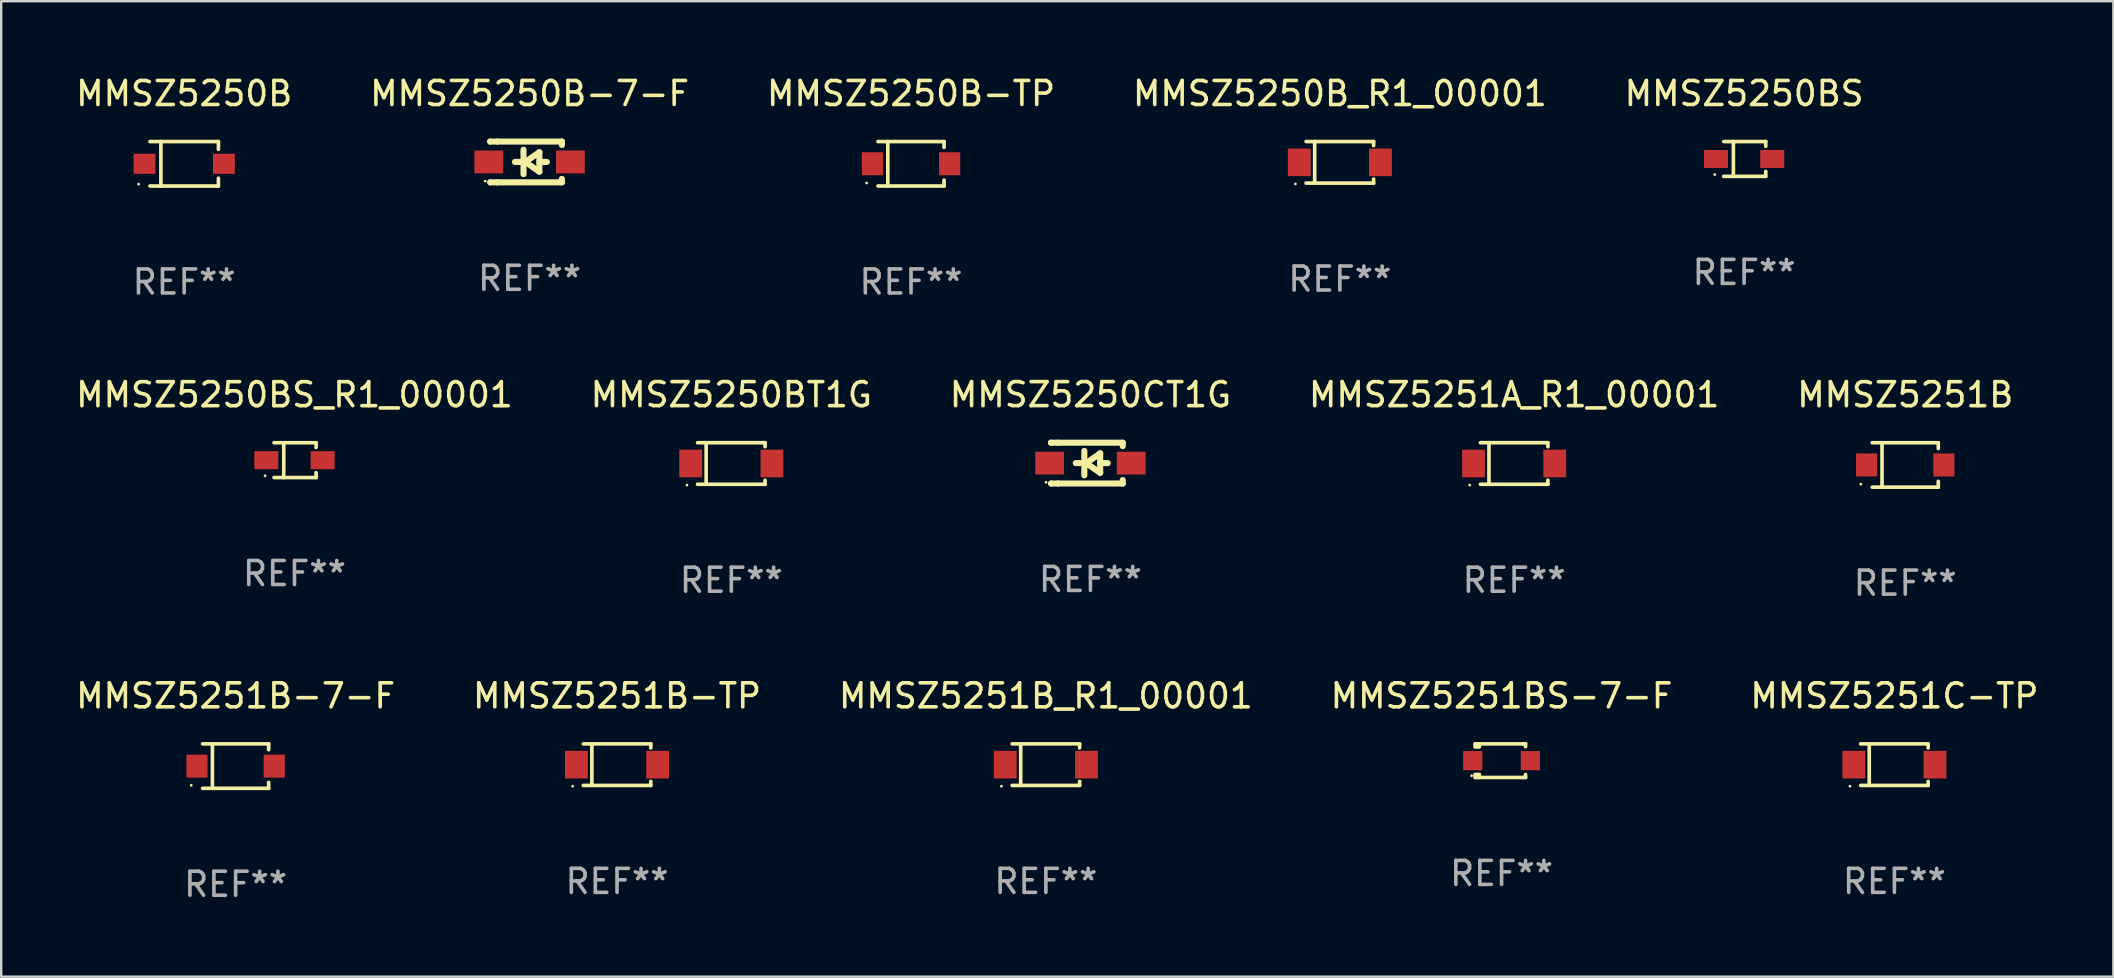
<source format=kicad_pcb>
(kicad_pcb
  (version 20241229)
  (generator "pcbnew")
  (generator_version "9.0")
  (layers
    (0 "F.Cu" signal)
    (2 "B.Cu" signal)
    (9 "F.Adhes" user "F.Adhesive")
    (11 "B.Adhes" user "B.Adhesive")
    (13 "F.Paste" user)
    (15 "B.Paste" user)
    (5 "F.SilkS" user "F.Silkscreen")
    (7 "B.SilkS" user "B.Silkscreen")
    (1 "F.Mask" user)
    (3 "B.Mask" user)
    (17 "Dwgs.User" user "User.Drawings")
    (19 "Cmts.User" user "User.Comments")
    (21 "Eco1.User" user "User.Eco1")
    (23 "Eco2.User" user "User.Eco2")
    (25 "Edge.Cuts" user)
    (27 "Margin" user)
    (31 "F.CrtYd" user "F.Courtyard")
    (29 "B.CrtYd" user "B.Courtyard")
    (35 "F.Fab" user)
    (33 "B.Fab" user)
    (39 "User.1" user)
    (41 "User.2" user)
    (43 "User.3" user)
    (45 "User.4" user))
  (footprint "MMSZ5251B-TP"
    (layer "F.Cu")
    (at 22.661 28.812)
    (property "Reference" "MMSZ5251B-TP" (at 0 -2.866 0) (layer "F.SilkS") (effects (font (size 1 1) (thickness 0.15))))
    (attr through_hole)
    (fp_line (start -1.406 -0.866) (end 1.406 -0.866) (stroke (width 0.152) (type solid)) (layer "F.SilkS"))
    (fp_line (start -1.406 0.866) (end 1.406 0.866) (stroke (width 0.152) (type solid)) (layer "F.SilkS"))
    (fp_line (start -1.049 -0.866) (end -1.049 0.866) (stroke (width 0.152) (type solid)) (layer "F.SilkS"))
    (fp_line (start 1.406 -0.866) (end 1.406 -0.698) (stroke (width 0.152) (type solid)) (layer "F.SilkS"))
    (fp_line (start 1.406 0.866) (end 1.406 0.698) (stroke (width 0.152) (type solid)) (layer "F.SilkS"))
    (fp_circle (center -1.851 0.9) (end -1.821 0.9) (stroke (width 0.06) (type solid)) (fill no) (layer "F.SilkS"))
    (fp_text user "REF**" (at 0 4.866 0) (layer "F.Fab") (effects (font (size 1 1) (thickness 0.15))))
    (pad "1" smd rect (at -1.692 0) (size 0.95 1.15) (layers "F.Cu" "F.Mask" "F.Paste"))
    (pad "2" smd rect (at 1.692 0) (size 0.95 1.15) (layers "F.Cu" "F.Mask" "F.Paste")))
  (footprint "MMSZ5250BS_R1_00001"
    (layer "F.Cu")
    (at 9.22 16.124)
    (property "Reference" "MMSZ5250BS_R1_00001" (at 0 -2.726 0) (layer "F.SilkS") (effects (font (size 1 1) (thickness 0.15))))
    (attr through_hole)
    (fp_line (start -0.851 -0.726) (end 0.901 -0.726) (stroke (width 0.152) (type solid)) (layer "F.SilkS"))
    (fp_line (start -0.851 0.726) (end 0.901 0.726) (stroke (width 0.152) (type solid)) (layer "F.SilkS"))
    (fp_line (start -0.447 -0.726) (end -0.447 0.726) (stroke (width 0.152) (type solid)) (layer "F.SilkS"))
    (fp_line (start 0.901 -0.726) (end 0.901 -0.53) (stroke (width 0.152) (type solid)) (layer "F.SilkS"))
    (fp_line (start 0.901 0.726) (end 0.901 0.52) (stroke (width 0.152) (type solid)) (layer "F.SilkS"))
    (fp_circle (center -1.225 0.65) (end -1.195 0.65) (stroke (width 0.06) (type solid)) (fill no) (layer "F.SilkS"))
    (fp_text user "REF**" (at 0 4.726 0) (layer "F.Fab") (effects (font (size 1 1) (thickness 0.15))))
    (pad "1" smd rect (at -1.173 0) (size 1 0.75) (layers "F.Cu" "F.Mask" "F.Paste"))
    (pad "2" smd rect (at 1.173 0) (size 1 0.75) (layers "F.Cu" "F.Mask" "F.Paste")))
  (footprint "MMSZ5250BS"
    (layer "F.Cu")
    (at 69.625 3.574)
    (property "Reference" "MMSZ5250BS" (at 0 -2.726 0) (layer "F.SilkS") (effects (font (size 1 1) (thickness 0.15))))
    (attr through_hole)
    (fp_line (start -0.851 -0.726) (end 0.901 -0.726) (stroke (width 0.152) (type solid)) (layer "F.SilkS"))
    (fp_line (start -0.851 0.726) (end 0.901 0.726) (stroke (width 0.152) (type solid)) (layer "F.SilkS"))
    (fp_line (start -0.447 -0.726) (end -0.447 0.726) (stroke (width 0.152) (type solid)) (layer "F.SilkS"))
    (fp_line (start 0.901 -0.726) (end 0.901 -0.53) (stroke (width 0.152) (type solid)) (layer "F.SilkS"))
    (fp_line (start 0.901 0.726) (end 0.901 0.52) (stroke (width 0.152) (type solid)) (layer "F.SilkS"))
    (fp_circle (center -1.225 0.65) (end -1.195 0.65) (stroke (width 0.06) (type solid)) (fill no) (layer "F.SilkS"))
    (fp_text user "REF**" (at 0 4.726 0) (layer "F.Fab") (effects (font (size 1 1) (thickness 0.15))))
    (pad "1" smd rect (at -1.173 0) (size 1 0.75) (layers "F.Cu" "F.Mask" "F.Paste"))
    (pad "2" smd rect (at 1.173 0) (size 1 0.75) (layers "F.Cu" "F.Mask" "F.Paste")))
  (footprint "MMSZ5250CT1G"
    (layer "F.Cu")
    (at 42.387 16.247)
    (property "Reference" "MMSZ5250CT1G" (at 0 -2.85 0) (layer "F.SilkS") (effects (font (size 1 1) (thickness 0.15))))
    (attr through_hole)
    (fp_line (start -1.643 -0.85) (end -1.644 -0.849) (stroke (width 0.254) (type solid)) (layer "F.SilkS"))
    (fp_line (start -1.638 0.85) (end -1.639 0.849) (stroke (width 0.254) (type solid)) (layer "F.SilkS"))
    (fp_line (start -1.346 -0.85) (end -1.643 -0.85) (stroke (width 0.254) (type solid)) (layer "F.SilkS"))
    (fp_line (start -1.346 -0.85) (end 1.346 -0.85) (stroke (width 0.254) (type solid)) (layer "F.SilkS"))
    (fp_line (start -1.346 0.85) (end -1.638 0.85) (stroke (width 0.254) (type solid)) (layer "F.SilkS"))
    (fp_line (start -0.28 0) (end -0.61 0) (stroke (width 0.254) (type solid)) (layer "F.SilkS"))
    (fp_line (start -0.254 -0.508) (end -0.254 0.508) (stroke (width 0.254) (type solid)) (layer "F.SilkS"))
    (fp_line (start -0.178 0) (end 0.406 -0.406) (stroke (width 0.254) (type solid)) (layer "F.SilkS"))
    (fp_line (start 0.406 -0.406) (end 0.406 0.406) (stroke (width 0.254) (type solid)) (layer "F.SilkS"))
    (fp_line (start 0.406 -0.000254) (end 0.72 -0.000254) (stroke (width 0.254) (type solid)) (layer "F.SilkS"))
    (fp_line (start 0.406 0.406) (end -0.178 0) (stroke (width 0.254) (type solid)) (layer "F.SilkS"))
    (fp_line (start 1.346 -0.85) (end 1.346 -0.706) (stroke (width 0.254) (type solid)) (layer "F.SilkS"))
    (fp_line (start 1.346 0.706) (end 1.346 0.85) (stroke (width 0.254) (type solid)) (layer "F.SilkS"))
    (fp_line (start 1.346 0.85) (end -1.346 0.85) (stroke (width 0.254) (type solid)) (layer "F.SilkS"))
    (fp_circle (center -1.85 0.8) (end -1.82 0.8) (stroke (width 0.06) (type solid)) (fill no) (layer "F.SilkS"))
    (fp_text user "REF**" (at 0 4.85 0) (layer "F.Fab") (effects (font (size 1 1) (thickness 0.15))))
    (pad "1" smd rect (at -1.7 0) (size 1.2 0.95) (layers "F.Cu" "F.Mask" "F.Paste"))
    (pad "2" smd rect (at 1.7 0) (size 1.2 0.95) (layers "F.Cu" "F.Mask" "F.Paste")))
  (footprint "MMSZ5250BT1G"
    (layer "F.Cu")
    (at 27.423 16.263)
    (property "Reference" "MMSZ5250BT1G" (at 0 -2.866 0) (layer "F.SilkS") (effects (font (size 1 1) (thickness 0.15))))
    (attr through_hole)
    (fp_line (start -1.406 -0.866) (end 1.406 -0.866) (stroke (width 0.152) (type solid)) (layer "F.SilkS"))
    (fp_line (start -1.406 0.866) (end 1.406 0.866) (stroke (width 0.152) (type solid)) (layer "F.SilkS"))
    (fp_line (start -1.049 -0.866) (end -1.049 0.866) (stroke (width 0.152) (type solid)) (layer "F.SilkS"))
    (fp_line (start 1.406 -0.866) (end 1.406 -0.698) (stroke (width 0.152) (type solid)) (layer "F.SilkS"))
    (fp_line (start 1.406 0.866) (end 1.406 0.698) (stroke (width 0.152) (type solid)) (layer "F.SilkS"))
    (fp_circle (center -1.851 0.9) (end -1.821 0.9) (stroke (width 0.06) (type solid)) (fill no) (layer "F.SilkS"))
    (fp_text user "REF**" (at 0 4.866 0) (layer "F.Fab") (effects (font (size 1 1) (thickness 0.15))))
    (pad "1" smd rect (at -1.692 0) (size 0.95 1.15) (layers "F.Cu" "F.Mask" "F.Paste"))
    (pad "2" smd rect (at 1.692 0) (size 0.95 1.15) (layers "F.Cu" "F.Mask" "F.Paste")))
  (footprint "MMSZ5250B-7-F"
    (layer "F.Cu")
    (at 19.018 3.698)
    (property "Reference" "MMSZ5250B-7-F" (at 0 -2.85 0) (layer "F.SilkS") (effects (font (size 1 1) (thickness 0.15))))
    (attr through_hole)
    (fp_line (start -1.643 -0.85) (end -1.644 -0.849) (stroke (width 0.254) (type solid)) (layer "F.SilkS"))
    (fp_line (start -1.638 0.85) (end -1.639 0.849) (stroke (width 0.254) (type solid)) (layer "F.SilkS"))
    (fp_line (start -1.346 -0.85) (end -1.643 -0.85) (stroke (width 0.254) (type solid)) (layer "F.SilkS"))
    (fp_line (start -1.346 -0.85) (end 1.346 -0.85) (stroke (width 0.254) (type solid)) (layer "F.SilkS"))
    (fp_line (start -1.346 0.85) (end -1.638 0.85) (stroke (width 0.254) (type solid)) (layer "F.SilkS"))
    (fp_line (start -0.28 0) (end -0.61 0) (stroke (width 0.254) (type solid)) (layer "F.SilkS"))
    (fp_line (start -0.254 -0.508) (end -0.254 0.508) (stroke (width 0.254) (type solid)) (layer "F.SilkS"))
    (fp_line (start -0.178 0) (end 0.406 -0.406) (stroke (width 0.254) (type solid)) (layer "F.SilkS"))
    (fp_line (start 0.406 -0.406) (end 0.406 0.406) (stroke (width 0.254) (type solid)) (layer "F.SilkS"))
    (fp_line (start 0.406 -0.000254) (end 0.72 -0.000254) (stroke (width 0.254) (type solid)) (layer "F.SilkS"))
    (fp_line (start 0.406 0.406) (end -0.178 0) (stroke (width 0.254) (type solid)) (layer "F.SilkS"))
    (fp_line (start 1.346 -0.85) (end 1.346 -0.706) (stroke (width 0.254) (type solid)) (layer "F.SilkS"))
    (fp_line (start 1.346 0.706) (end 1.346 0.85) (stroke (width 0.254) (type solid)) (layer "F.SilkS"))
    (fp_line (start 1.346 0.85) (end -1.346 0.85) (stroke (width 0.254) (type solid)) (layer "F.SilkS"))
    (fp_circle (center -1.85 0.8) (end -1.82 0.8) (stroke (width 0.06) (type solid)) (fill no) (layer "F.SilkS"))
    (fp_text user "REF**" (at 0 4.85 0) (layer "F.Fab") (effects (font (size 1 1) (thickness 0.15))))
    (pad "1" smd rect (at -1.7 0) (size 1.2 0.95) (layers "F.Cu" "F.Mask" "F.Paste"))
    (pad "2" smd rect (at 1.7 0) (size 1.2 0.95) (layers "F.Cu" "F.Mask" "F.Paste")))
  (footprint "MMSZ5250B"
    (layer "F.Cu")
    (at 4.625 3.775)
    (property "Reference" "MMSZ5250B" (at 0 -2.926 0) (layer "F.SilkS") (effects (font (size 1 1) (thickness 0.15))))
    (attr through_hole)
    (fp_line (start -1.426 0.926) (end 1.426 0.926) (stroke (width 0.152) (type solid)) (layer "F.SilkS"))
    (fp_line (start -1.426 -0.926) (end 1.426 -0.926) (stroke (width 0.152) (type solid)) (layer "F.SilkS"))
    (fp_line (start -0.971 0.926) (end -0.971 -0.926) (stroke (width 0.152) (type solid)) (layer "F.SilkS"))
    (fp_line (start 1.426 -0.926) (end 1.426 -0.6) (stroke (width 0.152) (type solid)) (layer "F.SilkS"))
    (fp_line (start 1.426 0.6) (end 1.426 0.926) (stroke (width 0.152) (type solid)) (layer "F.SilkS"))
    (fp_circle (center -1.9 0.85) (end -1.87 0.85) (stroke (width 0.06) (type solid)) (fill no) (layer "F.SilkS"))
    (fp_text user "REF**" (at 0 4.926 0) (layer "F.Fab") (effects (font (size 1 1) (thickness 0.15))))
    (pad "1" smd rect (at -1.655 -0.000064) (size 0.91 0.84) (layers "F.Cu" "F.Mask" "F.Paste"))
    (pad "2" smd rect (at 1.655 -0.000064) (size 0.91 0.84) (layers "F.Cu" "F.Mask" "F.Paste")))
  (footprint "MMSZ5251BS-7-F"
    (layer "F.Cu")
    (at 59.518 28.646)
    (property "Reference" "MMSZ5251BS-7-F" (at 0 -2.7 0) (layer "F.SilkS") (effects (font (size 1 1) (thickness 0.15))))
    (attr through_hole)
    (fp_line (start -1.1 -0.7) (end -1.1 -0.58) (stroke (width 0.152) (type solid)) (layer "F.SilkS"))
    (fp_line (start -1.1 0.58) (end -1.1 0.7) (stroke (width 0.152) (type solid)) (layer "F.SilkS"))
    (fp_line (start -1.1 0.58) (end -0.927 0.58) (stroke (width 0.152) (type solid)) (layer "F.SilkS"))
    (fp_line (start -1.1 0.7) (end 0.9 0.7) (stroke (width 0.152) (type solid)) (layer "F.SilkS"))
    (fp_line (start -1.014 -0.58) (end -1.014 -0.7) (stroke (width 0.152) (type solid)) (layer "F.SilkS"))
    (fp_line (start -1.014 0.7) (end -1.014 0.58) (stroke (width 0.152) (type solid)) (layer "F.SilkS"))
    (fp_line (start -0.927 -0.7) (end -0.927 -0.58) (stroke (width 0.152) (type solid)) (layer "F.SilkS"))
    (fp_line (start -0.927 -0.58) (end -1.1 -0.58) (stroke (width 0.152) (type solid)) (layer "F.SilkS"))
    (fp_line (start -0.927 0.58) (end -0.927 0.7) (stroke (width 0.152) (type solid)) (layer "F.SilkS"))
    (fp_line (start 0.9 -0.7) (end -1.1 -0.7) (stroke (width 0.152) (type solid)) (layer "F.SilkS"))
    (fp_line (start 0.9 0.7) (end 1 0.7) (stroke (width 0.152) (type solid)) (layer "F.SilkS"))
    (fp_line (start 1 -0.7) (end 0.9 -0.7) (stroke (width 0.152) (type solid)) (layer "F.SilkS"))
    (fp_line (start 1 -0.58) (end 1 -0.7) (stroke (width 0.152) (type solid)) (layer "F.SilkS"))
    (fp_line (start 1 0.7) (end 1 0.58) (stroke (width 0.152) (type solid)) (layer "F.SilkS"))
    (fp_circle (center -1.25 0.625) (end -1.22 0.625) (stroke (width 0.06) (type solid)) (fill no) (layer "F.SilkS"))
    (fp_text user "REF**" (at 0 4.7 0) (layer "F.Fab") (effects (font (size 1 1) (thickness 0.15))))
    (pad "1" smd rect (at -1.2 0) (size 0.8 0.8) (layers "F.Cu" "F.Mask" "F.Paste"))
    (pad "2" smd rect (at 1.2 0) (size 0.8 0.8) (layers "F.Cu" "F.Mask" "F.Paste")))
  (footprint "MMSZ5250B_R1_00001"
    (layer "F.Cu")
    (at 52.78 3.714)
    (property "Reference" "MMSZ5250B_R1_00001" (at 0 -2.866 0) (layer "F.SilkS") (effects (font (size 1 1) (thickness 0.15))))
    (attr through_hole)
    (fp_line (start -1.406 -0.866) (end 1.406 -0.866) (stroke (width 0.152) (type solid)) (layer "F.SilkS"))
    (fp_line (start -1.406 0.866) (end 1.406 0.866) (stroke (width 0.152) (type solid)) (layer "F.SilkS"))
    (fp_line (start -1.049 -0.866) (end -1.049 0.866) (stroke (width 0.152) (type solid)) (layer "F.SilkS"))
    (fp_line (start 1.406 -0.866) (end 1.406 -0.698) (stroke (width 0.152) (type solid)) (layer "F.SilkS"))
    (fp_line (start 1.406 0.866) (end 1.406 0.698) (stroke (width 0.152) (type solid)) (layer "F.SilkS"))
    (fp_circle (center -1.851 0.9) (end -1.821 0.9) (stroke (width 0.06) (type solid)) (fill no) (layer "F.SilkS"))
    (fp_text user "REF**" (at 0 4.866 0) (layer "F.Fab") (effects (font (size 1 1) (thickness 0.15))))
    (pad "1" smd rect (at -1.692 0) (size 0.95 1.15) (layers "F.Cu" "F.Mask" "F.Paste"))
    (pad "2" smd rect (at 1.692 0) (size 0.95 1.15) (layers "F.Cu" "F.Mask" "F.Paste")))
  (footprint "MMSZ5251B_R1_00001"
    (layer "F.Cu")
    (at 40.53 28.812)
    (property "Reference" "MMSZ5251B_R1_00001" (at 0 -2.866 0) (layer "F.SilkS") (effects (font (size 1 1) (thickness 0.15))))
    (attr through_hole)
    (fp_line (start -1.406 -0.866) (end 1.406 -0.866) (stroke (width 0.152) (type solid)) (layer "F.SilkS"))
    (fp_line (start -1.406 0.866) (end 1.406 0.866) (stroke (width 0.152) (type solid)) (layer "F.SilkS"))
    (fp_line (start -1.049 -0.866) (end -1.049 0.866) (stroke (width 0.152) (type solid)) (layer "F.SilkS"))
    (fp_line (start 1.406 -0.866) (end 1.406 -0.698) (stroke (width 0.152) (type solid)) (layer "F.SilkS"))
    (fp_line (start 1.406 0.866) (end 1.406 0.698) (stroke (width 0.152) (type solid)) (layer "F.SilkS"))
    (fp_circle (center -1.851 0.9) (end -1.821 0.9) (stroke (width 0.06) (type solid)) (fill no) (layer "F.SilkS"))
    (fp_text user "REF**" (at 0 4.866 0) (layer "F.Fab") (effects (font (size 1 1) (thickness 0.15))))
    (pad "1" smd rect (at -1.692 0) (size 0.95 1.15) (layers "F.Cu" "F.Mask" "F.Paste"))
    (pad "2" smd rect (at 1.692 0) (size 0.95 1.15) (layers "F.Cu" "F.Mask" "F.Paste")))
  (footprint "MMSZ5251B"
    (layer "F.Cu")
    (at 76.339 16.324)
    (property "Reference" "MMSZ5251B" (at 0 -2.926 0) (layer "F.SilkS") (effects (font (size 1 1) (thickness 0.15))))
    (attr through_hole)
    (fp_line (start -1.376 -0.926) (end 1.376 -0.926) (stroke (width 0.152) (type solid)) (layer "F.SilkS"))
    (fp_line (start -1.376 0.926) (end 1.376 0.926) (stroke (width 0.152) (type solid)) (layer "F.SilkS"))
    (fp_line (start -0.967 -0.926) (end -0.967 0.926) (stroke (width 0.152) (type solid)) (layer "F.SilkS"))
    (fp_line (start 1.376 -0.926) (end 1.376 -0.683) (stroke (width 0.152) (type solid)) (layer "F.SilkS"))
    (fp_line (start 1.376 0.926) (end 1.376 0.683) (stroke (width 0.152) (type solid)) (layer "F.SilkS"))
    (fp_circle (center -1.85 0.8) (end -1.82 0.8) (stroke (width 0.06) (type solid)) (fill no) (layer "F.SilkS"))
    (fp_text user "REF**" (at 0 4.926 0) (layer "F.Fab") (effects (font (size 1 1) (thickness 0.15))))
    (pad "1" smd rect (at -1.61 0) (size 0.88 0.96) (layers "F.Cu" "F.Mask" "F.Paste"))
    (pad "2" smd rect (at 1.61 0) (size 0.88 0.96) (layers "F.Cu" "F.Mask" "F.Paste")))
  (footprint "MMSZ5250B-TP"
    (layer "F.Cu")
    (at 34.911 3.774)
    (property "Reference" "MMSZ5250B-TP" (at 0 -2.926 0) (layer "F.SilkS") (effects (font (size 1 1) (thickness 0.15))))
    (attr through_hole)
    (fp_line (start -1.376 -0.926) (end 1.376 -0.926) (stroke (width 0.152) (type solid)) (layer "F.SilkS"))
    (fp_line (start -1.376 0.926) (end 1.376 0.926) (stroke (width 0.152) (type solid)) (layer "F.SilkS"))
    (fp_line (start -0.967 -0.926) (end -0.967 0.926) (stroke (width 0.152) (type solid)) (layer "F.SilkS"))
    (fp_line (start 1.376 -0.926) (end 1.376 -0.683) (stroke (width 0.152) (type solid)) (layer "F.SilkS"))
    (fp_line (start 1.376 0.926) (end 1.376 0.683) (stroke (width 0.152) (type solid)) (layer "F.SilkS"))
    (fp_circle (center -1.85 0.8) (end -1.82 0.8) (stroke (width 0.06) (type solid)) (fill no) (layer "F.SilkS"))
    (fp_text user "REF**" (at 0 4.926 0) (layer "F.Fab") (effects (font (size 1 1) (thickness 0.15))))
    (pad "1" smd rect (at -1.61 0) (size 0.88 0.96) (layers "F.Cu" "F.Mask" "F.Paste"))
    (pad "2" smd rect (at 1.61 0) (size 0.88 0.96) (layers "F.Cu" "F.Mask" "F.Paste")))
  (footprint "MMSZ5251A_R1_00001"
    (layer "F.Cu")
    (at 60.042 16.263)
    (property "Reference" "MMSZ5251A_R1_00001" (at 0 -2.866 0) (layer "F.SilkS") (effects (font (size 1 1) (thickness 0.15))))
    (attr through_hole)
    (fp_line (start -1.406 -0.866) (end 1.406 -0.866) (stroke (width 0.152) (type solid)) (layer "F.SilkS"))
    (fp_line (start -1.406 0.866) (end 1.406 0.866) (stroke (width 0.152) (type solid)) (layer "F.SilkS"))
    (fp_line (start -1.049 -0.866) (end -1.049 0.866) (stroke (width 0.152) (type solid)) (layer "F.SilkS"))
    (fp_line (start 1.406 -0.866) (end 1.406 -0.698) (stroke (width 0.152) (type solid)) (layer "F.SilkS"))
    (fp_line (start 1.406 0.866) (end 1.406 0.698) (stroke (width 0.152) (type solid)) (layer "F.SilkS"))
    (fp_circle (center -1.851 0.9) (end -1.821 0.9) (stroke (width 0.06) (type solid)) (fill no) (layer "F.SilkS"))
    (fp_text user "REF**" (at 0 4.866 0) (layer "F.Fab") (effects (font (size 1 1) (thickness 0.15))))
    (pad "1" smd rect (at -1.692 0) (size 0.95 1.15) (layers "F.Cu" "F.Mask" "F.Paste"))
    (pad "2" smd rect (at 1.692 0) (size 0.95 1.15) (layers "F.Cu" "F.Mask" "F.Paste")))
  (footprint "MMSZ5251C-TP"
    (layer "F.Cu")
    (at 75.887 28.812)
    (property "Reference" "MMSZ5251C-TP" (at 0 -2.866 0) (layer "F.SilkS") (effects (font (size 1 1) (thickness 0.15))))
    (attr through_hole)
    (fp_line (start -1.406 -0.866) (end 1.406 -0.866) (stroke (width 0.152) (type solid)) (layer "F.SilkS"))
    (fp_line (start -1.406 0.866) (end 1.406 0.866) (stroke (width 0.152) (type solid)) (layer "F.SilkS"))
    (fp_line (start -1.049 -0.866) (end -1.049 0.866) (stroke (width 0.152) (type solid)) (layer "F.SilkS"))
    (fp_line (start 1.406 -0.866) (end 1.406 -0.698) (stroke (width 0.152) (type solid)) (layer "F.SilkS"))
    (fp_line (start 1.406 0.866) (end 1.406 0.698) (stroke (width 0.152) (type solid)) (layer "F.SilkS"))
    (fp_circle (center -1.851 0.9) (end -1.821 0.9) (stroke (width 0.06) (type solid)) (fill no) (layer "F.SilkS"))
    (fp_text user "REF**" (at 0 4.866 0) (layer "F.Fab") (effects (font (size 1 1) (thickness 0.15))))
    (pad "1" smd rect (at -1.692 0) (size 0.95 1.15) (layers "F.Cu" "F.Mask" "F.Paste"))
    (pad "2" smd rect (at 1.692 0) (size 0.95 1.15) (layers "F.Cu" "F.Mask" "F.Paste")))
  (footprint "MMSZ5251B-7-F"
    (layer "F.Cu")
    (at 6.768 28.872)
    (property "Reference" "MMSZ5251B-7-F" (at 0 -2.926 0) (layer "F.SilkS") (effects (font (size 1 1) (thickness 0.15))))
    (attr through_hole)
    (fp_line (start -1.376 -0.926) (end 1.376 -0.926) (stroke (width 0.152) (type solid)) (layer "F.SilkS"))
    (fp_line (start -1.376 0.926) (end 1.376 0.926) (stroke (width 0.152) (type solid)) (layer "F.SilkS"))
    (fp_line (start -0.967 -0.926) (end -0.967 0.926) (stroke (width 0.152) (type solid)) (layer "F.SilkS"))
    (fp_line (start 1.376 -0.926) (end 1.376 -0.683) (stroke (width 0.152) (type solid)) (layer "F.SilkS"))
    (fp_line (start 1.376 0.926) (end 1.376 0.683) (stroke (width 0.152) (type solid)) (layer "F.SilkS"))
    (fp_circle (center -1.85 0.8) (end -1.82 0.8) (stroke (width 0.06) (type solid)) (fill no) (layer "F.SilkS"))
    (fp_text user "REF**" (at 0 4.926 0) (layer "F.Fab") (effects (font (size 1 1) (thickness 0.15))))
    (pad "1" smd rect (at -1.61 0) (size 0.88 0.96) (layers "F.Cu" "F.Mask" "F.Paste"))
    (pad "2" smd rect (at 1.61 0) (size 0.88 0.96) (layers "F.Cu" "F.Mask" "F.Paste")))
  (gr_rect
    (start -3 -3)
    (end 85.012 37.647)
    (stroke (width 0.1) (type default))
    (fill no)
    (layer "Edge.Cuts")))
</source>
